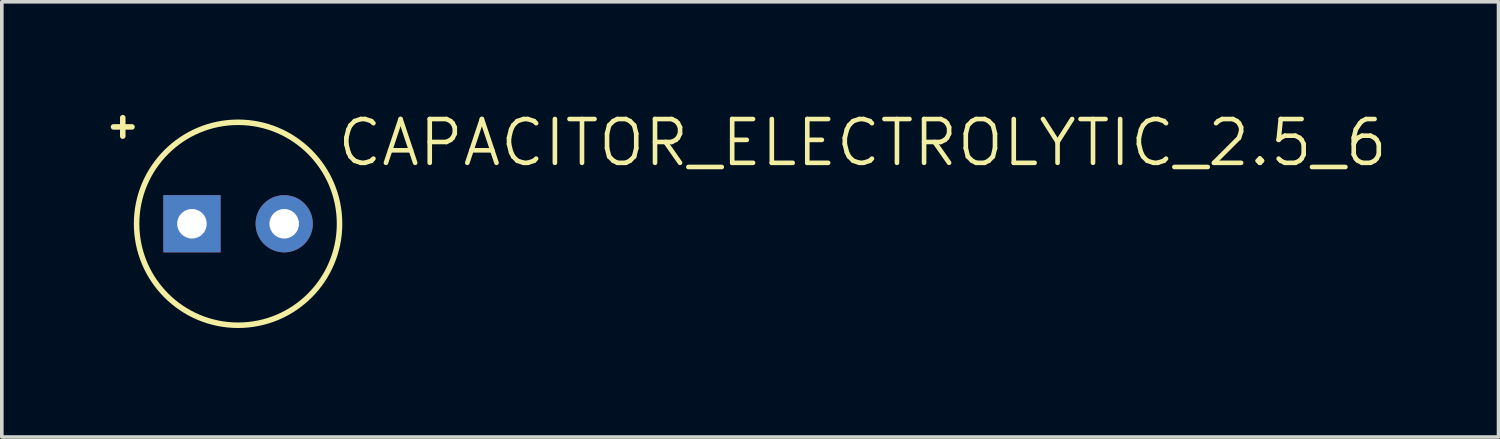
<source format=kicad_pcb>
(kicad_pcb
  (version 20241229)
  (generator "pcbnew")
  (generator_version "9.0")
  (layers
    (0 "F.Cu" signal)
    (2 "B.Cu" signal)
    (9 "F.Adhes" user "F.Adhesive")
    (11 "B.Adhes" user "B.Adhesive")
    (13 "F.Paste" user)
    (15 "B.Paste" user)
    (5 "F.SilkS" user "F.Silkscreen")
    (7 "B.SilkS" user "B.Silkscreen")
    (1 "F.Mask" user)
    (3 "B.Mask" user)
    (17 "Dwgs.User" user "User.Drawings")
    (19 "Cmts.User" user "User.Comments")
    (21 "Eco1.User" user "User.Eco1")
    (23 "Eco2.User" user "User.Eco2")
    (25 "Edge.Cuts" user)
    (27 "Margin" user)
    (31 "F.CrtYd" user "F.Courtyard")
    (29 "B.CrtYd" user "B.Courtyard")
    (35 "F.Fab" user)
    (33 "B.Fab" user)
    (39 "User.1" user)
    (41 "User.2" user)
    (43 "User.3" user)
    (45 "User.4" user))
  (footprint "CAPACITOR_ELECTROLYTIC_2.5_6"
    (layer "F.Cu")
    (at 2.235 3.111)
    (property "Reference" "CAPACITOR_ELECTROLYTIC_2.5_6" (at 3.937 -1.524 0) (layer "F.SilkS") (effects (font (size 1.206 1.206) (thickness 0.127)) (justify left bottom)))
    (attr through_hole)
    (fp_line (start -1.905 -2.921) (end -1.905 -2.413) (stroke (width 0.152) (type solid)) (layer "F.SilkS"))
    (fp_line (start -1.651 -2.667) (end -2.159 -2.667) (stroke (width 0.152) (type solid)) (layer "F.SilkS"))
    (fp_circle (center 1.27 0) (end 4.064 0) (stroke (width 0.152) (type solid)) (fill no) (layer "F.SilkS"))
    (pad "+" thru_hole rect (at 0 0) (size 1.575 1.575) (drill 0.813) (layers "*.Cu" "*.Mask"))
    (pad "-" thru_hole circle (at 2.54 0) (size 1.575 1.575) (drill 0.813) (layers "*.Cu" "*.Mask")))
  (gr_rect
    (start -3 -3)
    (end 38.21 8.982)
    (stroke (width 0.1) (type default))
    (fill no)
    (layer "Edge.Cuts")))
</source>
